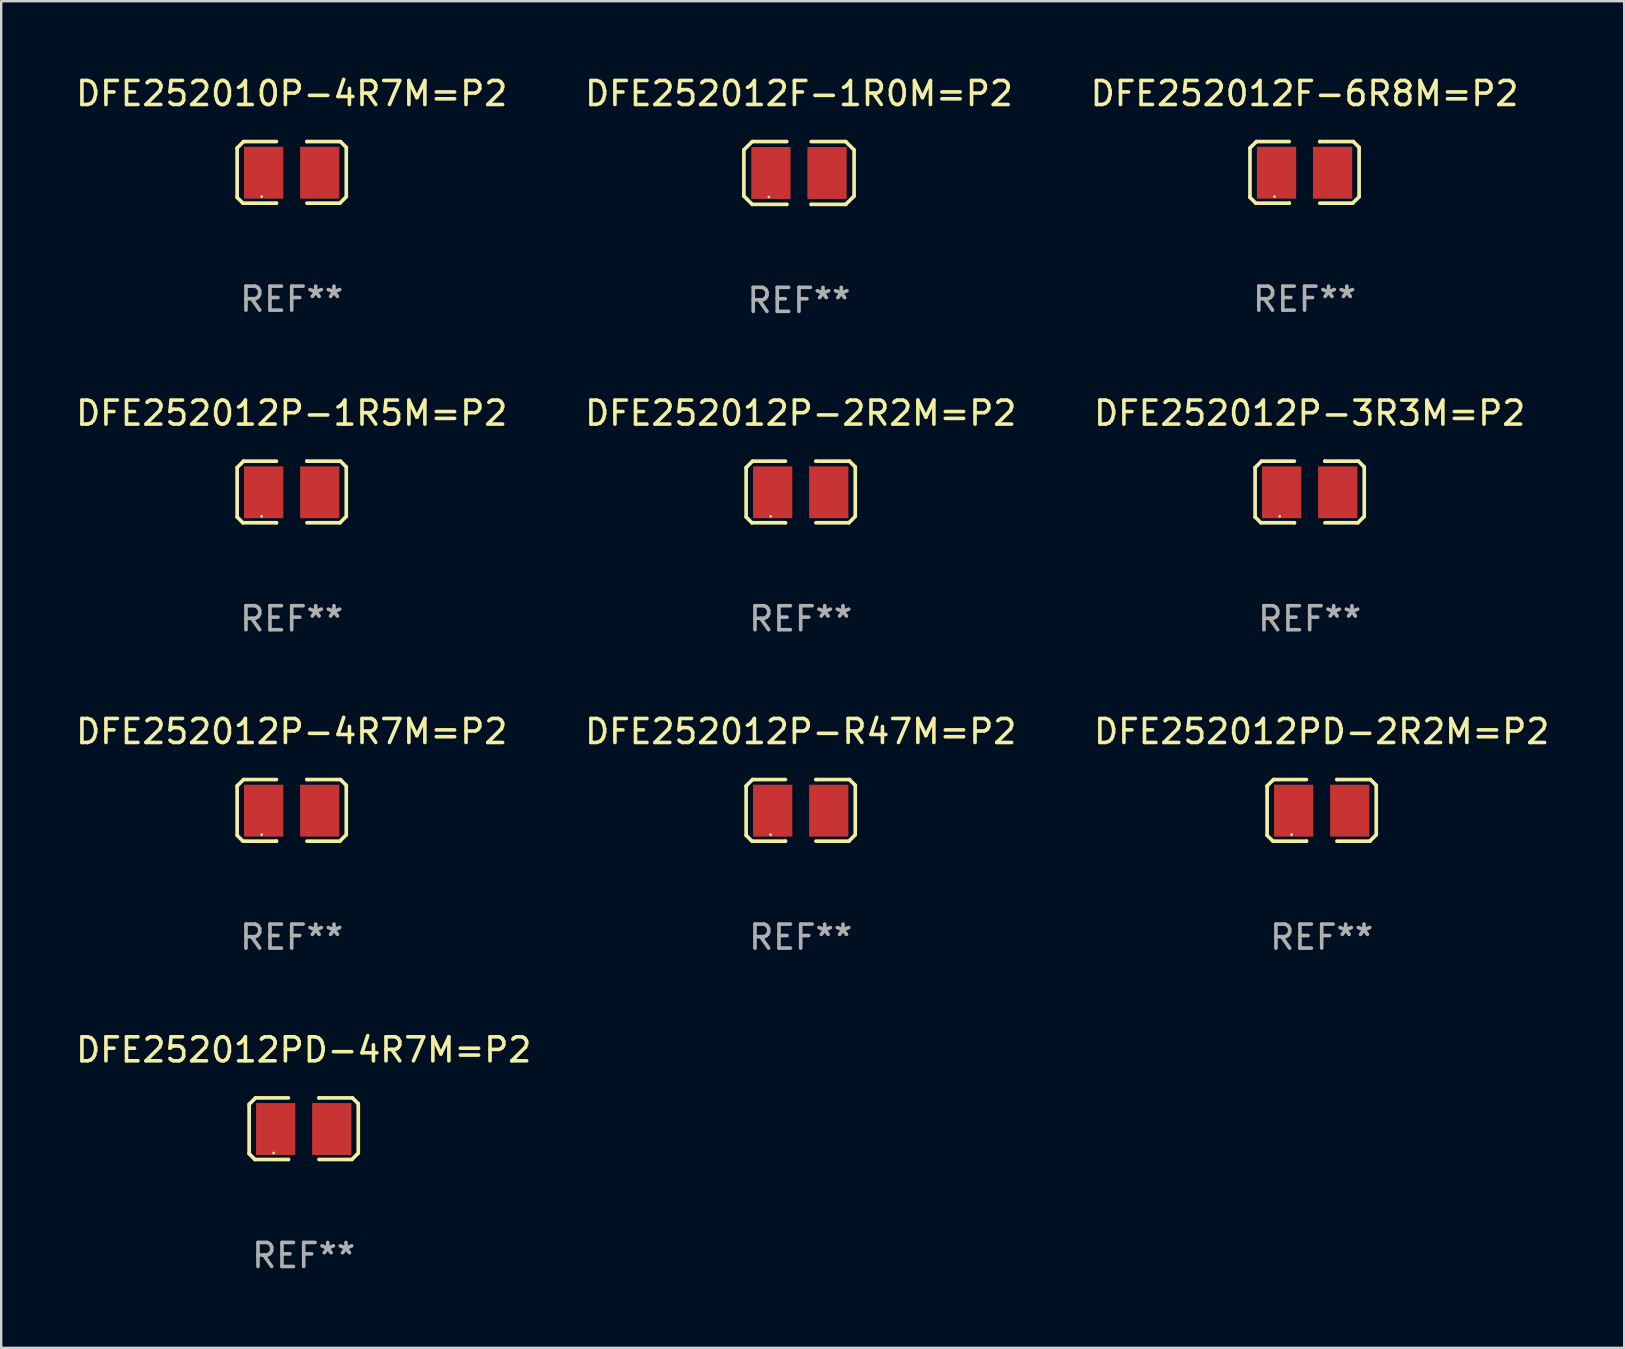
<source format=kicad_pcb>
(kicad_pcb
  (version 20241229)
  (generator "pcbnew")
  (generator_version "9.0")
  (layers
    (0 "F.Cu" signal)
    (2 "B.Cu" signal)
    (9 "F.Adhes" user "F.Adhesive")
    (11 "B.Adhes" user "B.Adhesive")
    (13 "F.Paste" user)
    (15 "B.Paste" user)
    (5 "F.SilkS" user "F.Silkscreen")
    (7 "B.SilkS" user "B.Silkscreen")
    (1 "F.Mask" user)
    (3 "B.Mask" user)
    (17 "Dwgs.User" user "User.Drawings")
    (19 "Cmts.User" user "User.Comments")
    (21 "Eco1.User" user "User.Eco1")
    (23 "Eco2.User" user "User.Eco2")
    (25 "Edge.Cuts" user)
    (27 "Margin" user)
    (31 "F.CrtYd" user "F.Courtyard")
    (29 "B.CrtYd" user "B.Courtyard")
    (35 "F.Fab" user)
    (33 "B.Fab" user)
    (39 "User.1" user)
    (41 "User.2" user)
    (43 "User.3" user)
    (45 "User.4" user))
  (footprint "DFE252012P-3R3M=P2"
    (layer "F.Cu")
    (at 51.506 17.444)
    (property "Reference" "DFE252012P-3R3M=P2" (at 0 -3.283 0) (layer "F.SilkS") (effects (font (size 1 1) (thickness 0.15))))
    (attr through_hole)
    (fp_line (start -2.273 -1.016) (end -2.007 -1.283) (stroke (width 0.152) (type solid)) (layer "F.SilkS"))
    (fp_line (start -2.273 1.041) (end -2.273 -1.016) (stroke (width 0.152) (type solid)) (layer "F.SilkS"))
    (fp_line (start -2.032 1.283) (end -2.273 1.041) (stroke (width 0.152) (type solid)) (layer "F.SilkS"))
    (fp_line (start -2.007 -1.283) (end -0.635 -1.283) (stroke (width 0.152) (type solid)) (layer "F.SilkS"))
    (fp_line (start -0.635 1.283) (end -2.032 1.283) (stroke (width 0.152) (type solid)) (layer "F.SilkS"))
    (fp_line (start -0.635 1.283) (end -0.635 1.283) (stroke (width 0.152) (type solid)) (layer "F.SilkS"))
    (fp_line (start 0.635 -1.283) (end 0.635 -1.283) (stroke (width 0.152) (type solid)) (layer "F.SilkS"))
    (fp_line (start 0.635 -1.283) (end 2.032 -1.283) (stroke (width 0.152) (type solid)) (layer "F.SilkS"))
    (fp_line (start 2.007 1.283) (end 0.635 1.283) (stroke (width 0.152) (type solid)) (layer "F.SilkS"))
    (fp_line (start 2.032 -1.283) (end 2.273 -1.041) (stroke (width 0.152) (type solid)) (layer "F.SilkS"))
    (fp_line (start 2.273 -1.041) (end 2.273 1.016) (stroke (width 0.152) (type solid)) (layer "F.SilkS"))
    (fp_line (start 2.273 1.016) (end 2.007 1.283) (stroke (width 0.152) (type solid)) (layer "F.SilkS"))
    (fp_circle (center -1.25 1.013) (end -1.22 1.013) (stroke (width 0.06) (type solid)) (fill no) (layer "F.SilkS"))
    (fp_text user "REF**" (at 0 5.283 0) (layer "F.Fab") (effects (font (size 1 1) (thickness 0.15))))
    (pad "1" smd rect (at -1.167 0.013) (size 1.635 2.16) (layers "F.Cu" "F.Mask" "F.Paste"))
    (pad "2" smd rect (at 1.168 0.013) (size 1.635 2.16) (layers "F.Cu" "F.Mask" "F.Paste")))
  (footprint "DFE252012P-R47M=P2"
    (layer "F.Cu")
    (at 30.304 30.706)
    (property "Reference" "DFE252012P-R47M=P2" (at 0 -3.283 0) (layer "F.SilkS") (effects (font (size 1 1) (thickness 0.15))))
    (attr through_hole)
    (fp_line (start -2.273 -1.016) (end -2.007 -1.283) (stroke (width 0.152) (type solid)) (layer "F.SilkS"))
    (fp_line (start -2.273 1.041) (end -2.273 -1.016) (stroke (width 0.152) (type solid)) (layer "F.SilkS"))
    (fp_line (start -2.032 1.283) (end -2.273 1.041) (stroke (width 0.152) (type solid)) (layer "F.SilkS"))
    (fp_line (start -2.007 -1.283) (end -0.635 -1.283) (stroke (width 0.152) (type solid)) (layer "F.SilkS"))
    (fp_line (start -0.635 1.283) (end -2.032 1.283) (stroke (width 0.152) (type solid)) (layer "F.SilkS"))
    (fp_line (start -0.635 1.283) (end -0.635 1.283) (stroke (width 0.152) (type solid)) (layer "F.SilkS"))
    (fp_line (start 0.635 -1.283) (end 0.635 -1.283) (stroke (width 0.152) (type solid)) (layer "F.SilkS"))
    (fp_line (start 0.635 -1.283) (end 2.032 -1.283) (stroke (width 0.152) (type solid)) (layer "F.SilkS"))
    (fp_line (start 2.007 1.283) (end 0.635 1.283) (stroke (width 0.152) (type solid)) (layer "F.SilkS"))
    (fp_line (start 2.032 -1.283) (end 2.273 -1.041) (stroke (width 0.152) (type solid)) (layer "F.SilkS"))
    (fp_line (start 2.273 -1.041) (end 2.273 1.016) (stroke (width 0.152) (type solid)) (layer "F.SilkS"))
    (fp_line (start 2.273 1.016) (end 2.007 1.283) (stroke (width 0.152) (type solid)) (layer "F.SilkS"))
    (fp_circle (center -1.25 1.013) (end -1.22 1.013) (stroke (width 0.06) (type solid)) (fill no) (layer "F.SilkS"))
    (fp_text user "REF**" (at 0 5.283 0) (layer "F.Fab") (effects (font (size 1 1) (thickness 0.15))))
    (pad "1" smd rect (at -1.167 0.013) (size 1.635 2.16) (layers "F.Cu" "F.Mask" "F.Paste"))
    (pad "2" smd rect (at 1.168 0.013) (size 1.635 2.16) (layers "F.Cu" "F.Mask" "F.Paste")))
  (footprint "DFE252012F-6R8M=P2"
    (layer "F.Cu")
    (at 51.292 4.131)
    (property "Reference" "DFE252012F-6R8M=P2" (at 0 -3.283 0) (layer "F.SilkS") (effects (font (size 1 1) (thickness 0.15))))
    (attr through_hole)
    (fp_line (start -2.273 -1.016) (end -2.007 -1.283) (stroke (width 0.152) (type solid)) (layer "F.SilkS"))
    (fp_line (start -2.273 1.041) (end -2.273 -1.016) (stroke (width 0.152) (type solid)) (layer "F.SilkS"))
    (fp_line (start -2.032 1.283) (end -2.273 1.041) (stroke (width 0.152) (type solid)) (layer "F.SilkS"))
    (fp_line (start -2.007 -1.283) (end -0.635 -1.283) (stroke (width 0.152) (type solid)) (layer "F.SilkS"))
    (fp_line (start -0.635 1.283) (end -2.032 1.283) (stroke (width 0.152) (type solid)) (layer "F.SilkS"))
    (fp_line (start -0.635 1.283) (end -0.635 1.283) (stroke (width 0.152) (type solid)) (layer "F.SilkS"))
    (fp_line (start 0.635 -1.283) (end 0.635 -1.283) (stroke (width 0.152) (type solid)) (layer "F.SilkS"))
    (fp_line (start 0.635 -1.283) (end 2.032 -1.283) (stroke (width 0.152) (type solid)) (layer "F.SilkS"))
    (fp_line (start 2.007 1.283) (end 0.635 1.283) (stroke (width 0.152) (type solid)) (layer "F.SilkS"))
    (fp_line (start 2.032 -1.283) (end 2.273 -1.041) (stroke (width 0.152) (type solid)) (layer "F.SilkS"))
    (fp_line (start 2.273 -1.041) (end 2.273 1.016) (stroke (width 0.152) (type solid)) (layer "F.SilkS"))
    (fp_line (start 2.273 1.016) (end 2.007 1.283) (stroke (width 0.152) (type solid)) (layer "F.SilkS"))
    (fp_circle (center -1.25 1.013) (end -1.22 1.013) (stroke (width 0.06) (type solid)) (fill no) (layer "F.SilkS"))
    (fp_text user "REF**" (at 0 5.283 0) (layer "F.Fab") (effects (font (size 1 1) (thickness 0.15))))
    (pad "1" smd rect (at -1.167 0.013) (size 1.635 2.16) (layers "F.Cu" "F.Mask" "F.Paste"))
    (pad "2" smd rect (at 1.168 0.013) (size 1.635 2.16) (layers "F.Cu" "F.Mask" "F.Paste")))
  (footprint "DFE252012PD-4R7M=P2"
    (layer "F.Cu")
    (at 9.601 43.967)
    (property "Reference" "DFE252012PD-4R7M=P2" (at 0 -3.283 0) (layer "F.SilkS") (effects (font (size 1 1) (thickness 0.15))))
    (attr through_hole)
    (fp_line (start -2.273 -1.016) (end -2.007 -1.283) (stroke (width 0.152) (type solid)) (layer "F.SilkS"))
    (fp_line (start -2.273 1.041) (end -2.273 -1.016) (stroke (width 0.152) (type solid)) (layer "F.SilkS"))
    (fp_line (start -2.032 1.283) (end -2.273 1.041) (stroke (width 0.152) (type solid)) (layer "F.SilkS"))
    (fp_line (start -2.007 -1.283) (end -0.635 -1.283) (stroke (width 0.152) (type solid)) (layer "F.SilkS"))
    (fp_line (start -0.635 1.283) (end -2.032 1.283) (stroke (width 0.152) (type solid)) (layer "F.SilkS"))
    (fp_line (start -0.635 1.283) (end -0.635 1.283) (stroke (width 0.152) (type solid)) (layer "F.SilkS"))
    (fp_line (start 0.635 -1.283) (end 0.635 -1.283) (stroke (width 0.152) (type solid)) (layer "F.SilkS"))
    (fp_line (start 0.635 -1.283) (end 2.032 -1.283) (stroke (width 0.152) (type solid)) (layer "F.SilkS"))
    (fp_line (start 2.007 1.283) (end 0.635 1.283) (stroke (width 0.152) (type solid)) (layer "F.SilkS"))
    (fp_line (start 2.032 -1.283) (end 2.273 -1.041) (stroke (width 0.152) (type solid)) (layer "F.SilkS"))
    (fp_line (start 2.273 -1.041) (end 2.273 1.016) (stroke (width 0.152) (type solid)) (layer "F.SilkS"))
    (fp_line (start 2.273 1.016) (end 2.007 1.283) (stroke (width 0.152) (type solid)) (layer "F.SilkS"))
    (fp_circle (center -1.25 1.013) (end -1.22 1.013) (stroke (width 0.06) (type solid)) (fill no) (layer "F.SilkS"))
    (fp_text user "REF**" (at 0 5.283 0) (layer "F.Fab") (effects (font (size 1 1) (thickness 0.15))))
    (pad "1" smd rect (at -1.167 0.013) (size 1.635 2.16) (layers "F.Cu" "F.Mask" "F.Paste"))
    (pad "2" smd rect (at 1.168 0.013) (size 1.635 2.16) (layers "F.Cu" "F.Mask" "F.Paste")))
  (footprint "DFE252012F-1R0M=P2"
    (layer "F.Cu")
    (at 30.232 4.156)
    (property "Reference" "DFE252012F-1R0M=P2" (at 0 -3.308 0) (layer "F.SilkS") (effects (font (size 1 1) (thickness 0.15))))
    (attr through_hole)
    (fp_line (start -2.296 -0.96) (end -1.948 -1.308) (stroke (width 0.152) (type solid)) (layer "F.SilkS"))
    (fp_line (start -2.296 0.96) (end -2.296 -0.96) (stroke (width 0.152) (type solid)) (layer "F.SilkS"))
    (fp_line (start -1.948 -1.308) (end -0.508 -1.308) (stroke (width 0.152) (type solid)) (layer "F.SilkS"))
    (fp_line (start -1.948 1.308) (end -2.296 0.96) (stroke (width 0.152) (type solid)) (layer "F.SilkS"))
    (fp_line (start -0.508 1.308) (end -1.948 1.308) (stroke (width 0.152) (type solid)) (layer "F.SilkS"))
    (fp_line (start -0.508 1.308) (end -0.508 1.308) (stroke (width 0.152) (type solid)) (layer "F.SilkS"))
    (fp_line (start 0.508 1.308) (end 0.508 1.308) (stroke (width 0.152) (type solid)) (layer "F.SilkS"))
    (fp_line (start 0.508 1.308) (end 1.948 1.308) (stroke (width 0.152) (type solid)) (layer "F.SilkS"))
    (fp_line (start 1.948 -1.308) (end 0.508 -1.308) (stroke (width 0.152) (type solid)) (layer "F.SilkS"))
    (fp_line (start 1.948 1.308) (end 2.296 0.963) (stroke (width 0.152) (type solid)) (layer "F.SilkS"))
    (fp_line (start 2.296 -0.963) (end 1.948 -1.308) (stroke (width 0.152) (type solid)) (layer "F.SilkS"))
    (fp_line (start 2.296 0.963) (end 2.296 -0.963) (stroke (width 0.152) (type solid)) (layer "F.SilkS"))
    (fp_circle (center -1.25 1) (end -1.22 1) (stroke (width 0.06) (type solid)) (fill no) (layer "F.SilkS"))
    (fp_text user "REF**" (at 0 5.308 0) (layer "F.Fab") (effects (font (size 1 1) (thickness 0.15))))
    (pad "1" smd rect (at -1.168 0.000025) (size 1.635 2.16) (layers "F.Cu" "F.Mask" "F.Paste"))
    (pad "2" smd rect (at 1.168 0.000025) (size 1.635 2.16) (layers "F.Cu" "F.Mask" "F.Paste")))
  (footprint "DFE252012P-2R2M=P2"
    (layer "F.Cu")
    (at 30.304 17.444)
    (property "Reference" "DFE252012P-2R2M=P2" (at 0 -3.283 0) (layer "F.SilkS") (effects (font (size 1 1) (thickness 0.15))))
    (attr through_hole)
    (fp_line (start -2.273 -1.016) (end -2.007 -1.283) (stroke (width 0.152) (type solid)) (layer "F.SilkS"))
    (fp_line (start -2.273 1.041) (end -2.273 -1.016) (stroke (width 0.152) (type solid)) (layer "F.SilkS"))
    (fp_line (start -2.032 1.283) (end -2.273 1.041) (stroke (width 0.152) (type solid)) (layer "F.SilkS"))
    (fp_line (start -2.007 -1.283) (end -0.635 -1.283) (stroke (width 0.152) (type solid)) (layer "F.SilkS"))
    (fp_line (start -0.635 1.283) (end -2.032 1.283) (stroke (width 0.152) (type solid)) (layer "F.SilkS"))
    (fp_line (start -0.635 1.283) (end -0.635 1.283) (stroke (width 0.152) (type solid)) (layer "F.SilkS"))
    (fp_line (start 0.635 -1.283) (end 0.635 -1.283) (stroke (width 0.152) (type solid)) (layer "F.SilkS"))
    (fp_line (start 0.635 -1.283) (end 2.032 -1.283) (stroke (width 0.152) (type solid)) (layer "F.SilkS"))
    (fp_line (start 2.007 1.283) (end 0.635 1.283) (stroke (width 0.152) (type solid)) (layer "F.SilkS"))
    (fp_line (start 2.032 -1.283) (end 2.273 -1.041) (stroke (width 0.152) (type solid)) (layer "F.SilkS"))
    (fp_line (start 2.273 -1.041) (end 2.273 1.016) (stroke (width 0.152) (type solid)) (layer "F.SilkS"))
    (fp_line (start 2.273 1.016) (end 2.007 1.283) (stroke (width 0.152) (type solid)) (layer "F.SilkS"))
    (fp_circle (center -1.25 1.013) (end -1.22 1.013) (stroke (width 0.06) (type solid)) (fill no) (layer "F.SilkS"))
    (fp_text user "REF**" (at 0 5.283 0) (layer "F.Fab") (effects (font (size 1 1) (thickness 0.15))))
    (pad "1" smd rect (at -1.167 0.013) (size 1.635 2.16) (layers "F.Cu" "F.Mask" "F.Paste"))
    (pad "2" smd rect (at 1.168 0.013) (size 1.635 2.16) (layers "F.Cu" "F.Mask" "F.Paste")))
  (footprint "DFE252010P-4R7M=P2"
    (layer "F.Cu")
    (at 9.101 4.131)
    (property "Reference" "DFE252010P-4R7M=P2" (at 0 -3.283 0) (layer "F.SilkS") (effects (font (size 1 1) (thickness 0.15))))
    (attr through_hole)
    (fp_line (start -2.273 -1.016) (end -2.007 -1.283) (stroke (width 0.152) (type solid)) (layer "F.SilkS"))
    (fp_line (start -2.273 1.041) (end -2.273 -1.016) (stroke (width 0.152) (type solid)) (layer "F.SilkS"))
    (fp_line (start -2.032 1.283) (end -2.273 1.041) (stroke (width 0.152) (type solid)) (layer "F.SilkS"))
    (fp_line (start -2.007 -1.283) (end -0.635 -1.283) (stroke (width 0.152) (type solid)) (layer "F.SilkS"))
    (fp_line (start -0.635 1.283) (end -2.032 1.283) (stroke (width 0.152) (type solid)) (layer "F.SilkS"))
    (fp_line (start -0.635 1.283) (end -0.635 1.283) (stroke (width 0.152) (type solid)) (layer "F.SilkS"))
    (fp_line (start 0.635 -1.283) (end 0.635 -1.283) (stroke (width 0.152) (type solid)) (layer "F.SilkS"))
    (fp_line (start 0.635 -1.283) (end 2.032 -1.283) (stroke (width 0.152) (type solid)) (layer "F.SilkS"))
    (fp_line (start 2.007 1.283) (end 0.635 1.283) (stroke (width 0.152) (type solid)) (layer "F.SilkS"))
    (fp_line (start 2.032 -1.283) (end 2.273 -1.041) (stroke (width 0.152) (type solid)) (layer "F.SilkS"))
    (fp_line (start 2.273 -1.041) (end 2.273 1.016) (stroke (width 0.152) (type solid)) (layer "F.SilkS"))
    (fp_line (start 2.273 1.016) (end 2.007 1.283) (stroke (width 0.152) (type solid)) (layer "F.SilkS"))
    (fp_circle (center -1.25 1.013) (end -1.22 1.013) (stroke (width 0.06) (type solid)) (fill no) (layer "F.SilkS"))
    (fp_text user "REF**" (at 0 5.283 0) (layer "F.Fab") (effects (font (size 1 1) (thickness 0.15))))
    (pad "1" smd rect (at -1.167 0.013) (size 1.635 2.16) (layers "F.Cu" "F.Mask" "F.Paste"))
    (pad "2" smd rect (at 1.168 0.013) (size 1.635 2.16) (layers "F.Cu" "F.Mask" "F.Paste")))
  (footprint "DFE252012P-4R7M=P2"
    (layer "F.Cu")
    (at 9.101 30.706)
    (property "Reference" "DFE252012P-4R7M=P2" (at 0 -3.283 0) (layer "F.SilkS") (effects (font (size 1 1) (thickness 0.15))))
    (attr through_hole)
    (fp_line (start -2.273 -1.016) (end -2.007 -1.283) (stroke (width 0.152) (type solid)) (layer "F.SilkS"))
    (fp_line (start -2.273 1.041) (end -2.273 -1.016) (stroke (width 0.152) (type solid)) (layer "F.SilkS"))
    (fp_line (start -2.032 1.283) (end -2.273 1.041) (stroke (width 0.152) (type solid)) (layer "F.SilkS"))
    (fp_line (start -2.007 -1.283) (end -0.635 -1.283) (stroke (width 0.152) (type solid)) (layer "F.SilkS"))
    (fp_line (start -0.635 1.283) (end -2.032 1.283) (stroke (width 0.152) (type solid)) (layer "F.SilkS"))
    (fp_line (start -0.635 1.283) (end -0.635 1.283) (stroke (width 0.152) (type solid)) (layer "F.SilkS"))
    (fp_line (start 0.635 -1.283) (end 0.635 -1.283) (stroke (width 0.152) (type solid)) (layer "F.SilkS"))
    (fp_line (start 0.635 -1.283) (end 2.032 -1.283) (stroke (width 0.152) (type solid)) (layer "F.SilkS"))
    (fp_line (start 2.007 1.283) (end 0.635 1.283) (stroke (width 0.152) (type solid)) (layer "F.SilkS"))
    (fp_line (start 2.032 -1.283) (end 2.273 -1.041) (stroke (width 0.152) (type solid)) (layer "F.SilkS"))
    (fp_line (start 2.273 -1.041) (end 2.273 1.016) (stroke (width 0.152) (type solid)) (layer "F.SilkS"))
    (fp_line (start 2.273 1.016) (end 2.007 1.283) (stroke (width 0.152) (type solid)) (layer "F.SilkS"))
    (fp_circle (center -1.25 1.013) (end -1.22 1.013) (stroke (width 0.06) (type solid)) (fill no) (layer "F.SilkS"))
    (fp_text user "REF**" (at 0 5.283 0) (layer "F.Fab") (effects (font (size 1 1) (thickness 0.15))))
    (pad "1" smd rect (at -1.167 0.013) (size 1.635 2.16) (layers "F.Cu" "F.Mask" "F.Paste"))
    (pad "2" smd rect (at 1.168 0.013) (size 1.635 2.16) (layers "F.Cu" "F.Mask" "F.Paste")))
  (footprint "DFE252012PD-2R2M=P2"
    (layer "F.Cu")
    (at 52.006 30.706)
    (property "Reference" "DFE252012PD-2R2M=P2" (at 0 -3.283 0) (layer "F.SilkS") (effects (font (size 1 1) (thickness 0.15))))
    (attr through_hole)
    (fp_line (start -2.273 -1.016) (end -2.007 -1.283) (stroke (width 0.152) (type solid)) (layer "F.SilkS"))
    (fp_line (start -2.273 1.041) (end -2.273 -1.016) (stroke (width 0.152) (type solid)) (layer "F.SilkS"))
    (fp_line (start -2.032 1.283) (end -2.273 1.041) (stroke (width 0.152) (type solid)) (layer "F.SilkS"))
    (fp_line (start -2.007 -1.283) (end -0.635 -1.283) (stroke (width 0.152) (type solid)) (layer "F.SilkS"))
    (fp_line (start -0.635 1.283) (end -2.032 1.283) (stroke (width 0.152) (type solid)) (layer "F.SilkS"))
    (fp_line (start -0.635 1.283) (end -0.635 1.283) (stroke (width 0.152) (type solid)) (layer "F.SilkS"))
    (fp_line (start 0.635 -1.283) (end 0.635 -1.283) (stroke (width 0.152) (type solid)) (layer "F.SilkS"))
    (fp_line (start 0.635 -1.283) (end 2.032 -1.283) (stroke (width 0.152) (type solid)) (layer "F.SilkS"))
    (fp_line (start 2.007 1.283) (end 0.635 1.283) (stroke (width 0.152) (type solid)) (layer "F.SilkS"))
    (fp_line (start 2.032 -1.283) (end 2.273 -1.041) (stroke (width 0.152) (type solid)) (layer "F.SilkS"))
    (fp_line (start 2.273 -1.041) (end 2.273 1.016) (stroke (width 0.152) (type solid)) (layer "F.SilkS"))
    (fp_line (start 2.273 1.016) (end 2.007 1.283) (stroke (width 0.152) (type solid)) (layer "F.SilkS"))
    (fp_circle (center -1.25 1.013) (end -1.22 1.013) (stroke (width 0.06) (type solid)) (fill no) (layer "F.SilkS"))
    (fp_text user "REF**" (at 0 5.283 0) (layer "F.Fab") (effects (font (size 1 1) (thickness 0.15))))
    (pad "1" smd rect (at -1.167 0.013) (size 1.635 2.16) (layers "F.Cu" "F.Mask" "F.Paste"))
    (pad "2" smd rect (at 1.168 0.013) (size 1.635 2.16) (layers "F.Cu" "F.Mask" "F.Paste")))
  (footprint "DFE252012P-1R5M=P2"
    (layer "F.Cu")
    (at 9.101 17.444)
    (property "Reference" "DFE252012P-1R5M=P2" (at 0 -3.283 0) (layer "F.SilkS") (effects (font (size 1 1) (thickness 0.15))))
    (attr through_hole)
    (fp_line (start -2.273 -1.016) (end -2.007 -1.283) (stroke (width 0.152) (type solid)) (layer "F.SilkS"))
    (fp_line (start -2.273 1.041) (end -2.273 -1.016) (stroke (width 0.152) (type solid)) (layer "F.SilkS"))
    (fp_line (start -2.032 1.283) (end -2.273 1.041) (stroke (width 0.152) (type solid)) (layer "F.SilkS"))
    (fp_line (start -2.007 -1.283) (end -0.635 -1.283) (stroke (width 0.152) (type solid)) (layer "F.SilkS"))
    (fp_line (start -0.635 1.283) (end -2.032 1.283) (stroke (width 0.152) (type solid)) (layer "F.SilkS"))
    (fp_line (start -0.635 1.283) (end -0.635 1.283) (stroke (width 0.152) (type solid)) (layer "F.SilkS"))
    (fp_line (start 0.635 -1.283) (end 0.635 -1.283) (stroke (width 0.152) (type solid)) (layer "F.SilkS"))
    (fp_line (start 0.635 -1.283) (end 2.032 -1.283) (stroke (width 0.152) (type solid)) (layer "F.SilkS"))
    (fp_line (start 2.007 1.283) (end 0.635 1.283) (stroke (width 0.152) (type solid)) (layer "F.SilkS"))
    (fp_line (start 2.032 -1.283) (end 2.273 -1.041) (stroke (width 0.152) (type solid)) (layer "F.SilkS"))
    (fp_line (start 2.273 -1.041) (end 2.273 1.016) (stroke (width 0.152) (type solid)) (layer "F.SilkS"))
    (fp_line (start 2.273 1.016) (end 2.007 1.283) (stroke (width 0.152) (type solid)) (layer "F.SilkS"))
    (fp_circle (center -1.25 1.013) (end -1.22 1.013) (stroke (width 0.06) (type solid)) (fill no) (layer "F.SilkS"))
    (fp_text user "REF**" (at 0 5.283 0) (layer "F.Fab") (effects (font (size 1 1) (thickness 0.15))))
    (pad "1" smd rect (at -1.167 0.013) (size 1.635 2.16) (layers "F.Cu" "F.Mask" "F.Paste"))
    (pad "2" smd rect (at 1.168 0.013) (size 1.635 2.16) (layers "F.Cu" "F.Mask" "F.Paste")))
  (gr_rect
    (start -3 -3)
    (end 64.607 53.098)
    (stroke (width 0.1) (type default))
    (fill no)
    (layer "Edge.Cuts")))
</source>
